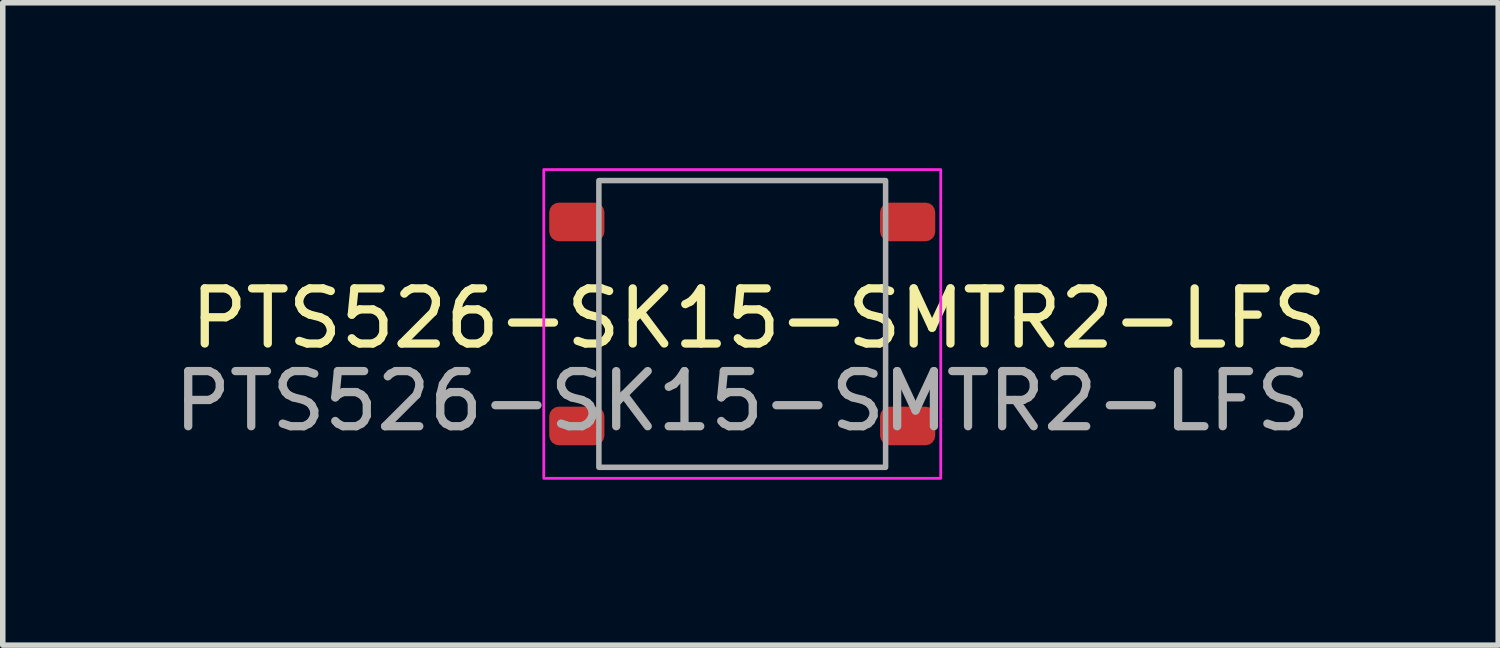
<source format=kicad_pcb>
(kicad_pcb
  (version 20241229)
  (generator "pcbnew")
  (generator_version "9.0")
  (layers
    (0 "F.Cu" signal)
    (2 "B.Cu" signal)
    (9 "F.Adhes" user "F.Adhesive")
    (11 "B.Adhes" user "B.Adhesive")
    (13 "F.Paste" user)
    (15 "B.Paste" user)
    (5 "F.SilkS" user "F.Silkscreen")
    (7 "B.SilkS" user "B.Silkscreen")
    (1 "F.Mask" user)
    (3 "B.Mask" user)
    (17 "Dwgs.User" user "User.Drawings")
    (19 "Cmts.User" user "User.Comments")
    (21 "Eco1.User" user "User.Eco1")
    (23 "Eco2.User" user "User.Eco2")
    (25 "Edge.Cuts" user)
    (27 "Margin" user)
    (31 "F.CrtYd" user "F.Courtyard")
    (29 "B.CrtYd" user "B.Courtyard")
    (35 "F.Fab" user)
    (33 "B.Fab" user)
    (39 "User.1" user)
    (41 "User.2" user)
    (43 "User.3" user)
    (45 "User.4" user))
  (footprint "PTS526-SK15-SMTR2-LFS"
    (layer "F.Cu")
    (at 10.411 2.825)
    (property "Reference" "PTS526-SK15-SMTR2-LFS" (at 0.3 -0.1 0) (unlocked yes) (layer "F.SilkS") (effects (font (size 1 1) (thickness 0.15))))
    (attr smd)
    (fp_rect (start -3.6 -2.8) (end 3.6 2.8) (stroke (width 0.05) (type solid)) (fill no) (layer "F.CrtYd"))
    (fp_rect (start -2.6 -2.6) (end 2.6 2.6) (stroke (width 0.1) (type solid)) (fill no) (layer "F.Fab"))
    (fp_text user "${REFERENCE}" (at 0 1.4 0) (unlocked yes) (layer "F.Fab") (effects (font (size 1 1) (thickness 0.15))))
    (pad "1" smd roundrect (at -3 -1.85) (size 1 0.7) (layers "F.Cu" "F.Mask" "F.Paste") (roundrect_rratio 0.25))
    (pad "1" smd roundrect (at 3 -1.85) (size 1 0.7) (layers "F.Cu" "F.Mask" "F.Paste") (roundrect_rratio 0.25))
    (pad "2" smd roundrect (at -3 1.85) (size 1 0.7) (layers "F.Cu" "F.Mask" "F.Paste") (roundrect_rratio 0.25))
    (pad "2" smd roundrect (at 3 1.85) (size 1 0.7) (layers "F.Cu" "F.Mask" "F.Paste") (roundrect_rratio 0.25)))
  (gr_rect
    (start -3 -3)
    (end 24.121 8.65)
    (stroke (width 0.1) (type default))
    (fill no)
    (layer "Edge.Cuts")))
</source>
